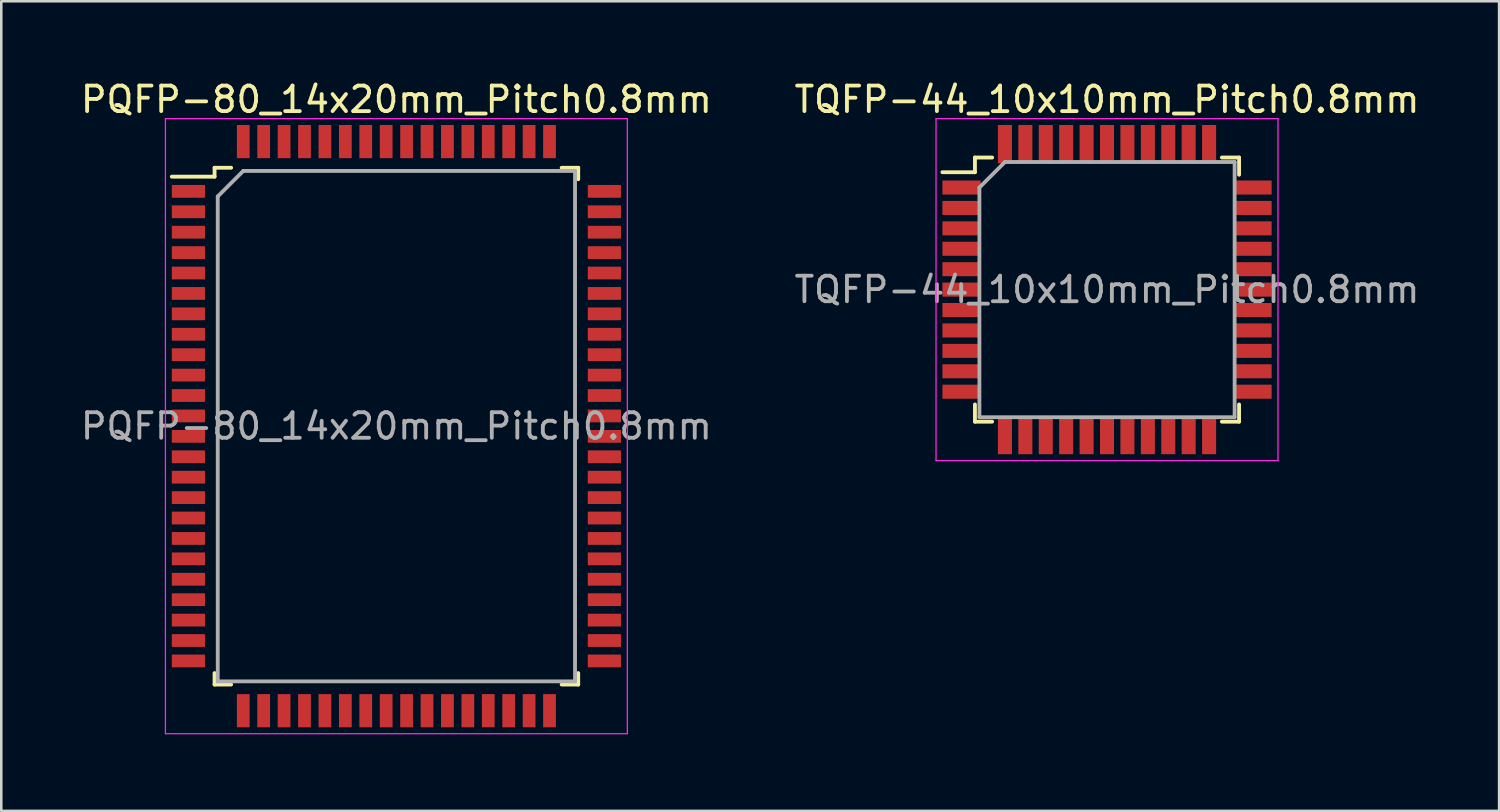
<source format=kicad_pcb>
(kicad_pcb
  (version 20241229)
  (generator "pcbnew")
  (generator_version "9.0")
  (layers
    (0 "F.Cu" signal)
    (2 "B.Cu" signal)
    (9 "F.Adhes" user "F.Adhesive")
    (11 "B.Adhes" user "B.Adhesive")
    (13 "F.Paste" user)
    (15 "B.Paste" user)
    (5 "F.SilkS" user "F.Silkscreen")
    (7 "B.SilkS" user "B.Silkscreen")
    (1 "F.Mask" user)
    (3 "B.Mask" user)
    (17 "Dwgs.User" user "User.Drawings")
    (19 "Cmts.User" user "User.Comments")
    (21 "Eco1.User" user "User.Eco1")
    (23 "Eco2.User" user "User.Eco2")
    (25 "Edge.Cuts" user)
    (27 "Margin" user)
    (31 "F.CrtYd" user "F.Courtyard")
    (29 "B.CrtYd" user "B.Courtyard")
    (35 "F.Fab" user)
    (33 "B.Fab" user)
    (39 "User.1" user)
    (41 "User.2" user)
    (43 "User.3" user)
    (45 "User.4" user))
  (footprint "TQFP-44_10x10mm_Pitch0.8mm"
    (layer "F.Cu")
    (at 40.327 8.298)
    (property "Reference" "TQFP-44_10x10mm_Pitch0.8mm" (at 0 -7.45 0) (layer "F.SilkS") (effects (font (size 1 1) (thickness 0.15))))
    (attr smd)
    (fp_line (start -5.175 -5.175) (end -5.175 -4.6) (stroke (width 0.15) (type solid)) (layer "F.SilkS"))
    (fp_line (start -5.175 -5.175) (end -4.5 -5.175) (stroke (width 0.15) (type solid)) (layer "F.SilkS"))
    (fp_line (start -5.175 -4.6) (end -6.45 -4.6) (stroke (width 0.15) (type solid)) (layer "F.SilkS"))
    (fp_line (start -5.175 5.175) (end -5.175 4.5) (stroke (width 0.15) (type solid)) (layer "F.SilkS"))
    (fp_line (start -5.175 5.175) (end -4.5 5.175) (stroke (width 0.15) (type solid)) (layer "F.SilkS"))
    (fp_line (start 5.175 -5.175) (end 4.5 -5.175) (stroke (width 0.15) (type solid)) (layer "F.SilkS"))
    (fp_line (start 5.175 -5.175) (end 5.175 -4.5) (stroke (width 0.15) (type solid)) (layer "F.SilkS"))
    (fp_line (start 5.175 5.175) (end 4.5 5.175) (stroke (width 0.15) (type solid)) (layer "F.SilkS"))
    (fp_line (start 5.175 5.175) (end 5.175 4.5) (stroke (width 0.15) (type solid)) (layer "F.SilkS"))
    (fp_line (start -6.7 -6.7) (end -6.7 6.7) (stroke (width 0.05) (type solid)) (layer "F.CrtYd"))
    (fp_line (start -6.7 -6.7) (end 6.7 -6.7) (stroke (width 0.05) (type solid)) (layer "F.CrtYd"))
    (fp_line (start -6.7 6.7) (end 6.7 6.7) (stroke (width 0.05) (type solid)) (layer "F.CrtYd"))
    (fp_line (start 6.7 -6.7) (end 6.7 6.7) (stroke (width 0.05) (type solid)) (layer "F.CrtYd"))
    (fp_line (start -5 -4) (end -4 -5) (stroke (width 0.15) (type solid)) (layer "F.Fab"))
    (fp_line (start -5 5) (end -5 -4) (stroke (width 0.15) (type solid)) (layer "F.Fab"))
    (fp_line (start -4 -5) (end 5 -5) (stroke (width 0.15) (type solid)) (layer "F.Fab"))
    (fp_line (start 5 -5) (end 5 5) (stroke (width 0.15) (type solid)) (layer "F.Fab"))
    (fp_line (start 5 5) (end -5 5) (stroke (width 0.15) (type solid)) (layer "F.Fab"))
    (fp_text user "${REFERENCE}" (at 0 0 0) (layer "F.Fab") (effects (font (size 1 1) (thickness 0.15))))
    (pad "1" smd rect (at -5.7 -4) (size 1.5 0.55) (layers "F.Cu" "F.Mask" "F.Paste"))
    (pad "2" smd rect (at -5.7 -3.2) (size 1.5 0.55) (layers "F.Cu" "F.Mask" "F.Paste"))
    (pad "3" smd rect (at -5.7 -2.4) (size 1.5 0.55) (layers "F.Cu" "F.Mask" "F.Paste"))
    (pad "4" smd rect (at -5.7 -1.6) (size 1.5 0.55) (layers "F.Cu" "F.Mask" "F.Paste"))
    (pad "5" smd rect (at -5.7 -0.8) (size 1.5 0.55) (layers "F.Cu" "F.Mask" "F.Paste"))
    (pad "6" smd rect (at -5.7 0) (size 1.5 0.55) (layers "F.Cu" "F.Mask" "F.Paste"))
    (pad "7" smd rect (at -5.7 0.8) (size 1.5 0.55) (layers "F.Cu" "F.Mask" "F.Paste"))
    (pad "8" smd rect (at -5.7 1.6) (size 1.5 0.55) (layers "F.Cu" "F.Mask" "F.Paste"))
    (pad "9" smd rect (at -5.7 2.4) (size 1.5 0.55) (layers "F.Cu" "F.Mask" "F.Paste"))
    (pad "10" smd rect (at -5.7 3.2) (size 1.5 0.55) (layers "F.Cu" "F.Mask" "F.Paste"))
    (pad "11" smd rect (at -5.7 4) (size 1.5 0.55) (layers "F.Cu" "F.Mask" "F.Paste"))
    (pad "12" smd rect (at -4 5.7 90) (size 1.5 0.55) (layers "F.Cu" "F.Mask" "F.Paste"))
    (pad "13" smd rect (at -3.2 5.7 90) (size 1.5 0.55) (layers "F.Cu" "F.Mask" "F.Paste"))
    (pad "14" smd rect (at -2.4 5.7 90) (size 1.5 0.55) (layers "F.Cu" "F.Mask" "F.Paste"))
    (pad "15" smd rect (at -1.6 5.7 90) (size 1.5 0.55) (layers "F.Cu" "F.Mask" "F.Paste"))
    (pad "16" smd rect (at -0.8 5.7 90) (size 1.5 0.55) (layers "F.Cu" "F.Mask" "F.Paste"))
    (pad "17" smd rect (at 0 5.7 90) (size 1.5 0.55) (layers "F.Cu" "F.Mask" "F.Paste"))
    (pad "18" smd rect (at 0.8 5.7 90) (size 1.5 0.55) (layers "F.Cu" "F.Mask" "F.Paste"))
    (pad "19" smd rect (at 1.6 5.7 90) (size 1.5 0.55) (layers "F.Cu" "F.Mask" "F.Paste"))
    (pad "20" smd rect (at 2.4 5.7 90) (size 1.5 0.55) (layers "F.Cu" "F.Mask" "F.Paste"))
    (pad "21" smd rect (at 3.2 5.7 90) (size 1.5 0.55) (layers "F.Cu" "F.Mask" "F.Paste"))
    (pad "22" smd rect (at 4 5.7 90) (size 1.5 0.55) (layers "F.Cu" "F.Mask" "F.Paste"))
    (pad "23" smd rect (at 5.7 4) (size 1.5 0.55) (layers "F.Cu" "F.Mask" "F.Paste"))
    (pad "24" smd rect (at 5.7 3.2) (size 1.5 0.55) (layers "F.Cu" "F.Mask" "F.Paste"))
    (pad "25" smd rect (at 5.7 2.4) (size 1.5 0.55) (layers "F.Cu" "F.Mask" "F.Paste"))
    (pad "26" smd rect (at 5.7 1.6) (size 1.5 0.55) (layers "F.Cu" "F.Mask" "F.Paste"))
    (pad "27" smd rect (at 5.7 0.8) (size 1.5 0.55) (layers "F.Cu" "F.Mask" "F.Paste"))
    (pad "28" smd rect (at 5.7 0) (size 1.5 0.55) (layers "F.Cu" "F.Mask" "F.Paste"))
    (pad "29" smd rect (at 5.7 -0.8) (size 1.5 0.55) (layers "F.Cu" "F.Mask" "F.Paste"))
    (pad "30" smd rect (at 5.7 -1.6) (size 1.5 0.55) (layers "F.Cu" "F.Mask" "F.Paste"))
    (pad "31" smd rect (at 5.7 -2.4) (size 1.5 0.55) (layers "F.Cu" "F.Mask" "F.Paste"))
    (pad "32" smd rect (at 5.7 -3.2) (size 1.5 0.55) (layers "F.Cu" "F.Mask" "F.Paste"))
    (pad "33" smd rect (at 5.7 -4) (size 1.5 0.55) (layers "F.Cu" "F.Mask" "F.Paste"))
    (pad "34" smd rect (at 4 -5.7 90) (size 1.5 0.55) (layers "F.Cu" "F.Mask" "F.Paste"))
    (pad "35" smd rect (at 3.2 -5.7 90) (size 1.5 0.55) (layers "F.Cu" "F.Mask" "F.Paste"))
    (pad "36" smd rect (at 2.4 -5.7 90) (size 1.5 0.55) (layers "F.Cu" "F.Mask" "F.Paste"))
    (pad "37" smd rect (at 1.6 -5.7 90) (size 1.5 0.55) (layers "F.Cu" "F.Mask" "F.Paste"))
    (pad "38" smd rect (at 0.8 -5.7 90) (size 1.5 0.55) (layers "F.Cu" "F.Mask" "F.Paste"))
    (pad "39" smd rect (at 0 -5.7 90) (size 1.5 0.55) (layers "F.Cu" "F.Mask" "F.Paste"))
    (pad "40" smd rect (at -0.8 -5.7 90) (size 1.5 0.55) (layers "F.Cu" "F.Mask" "F.Paste"))
    (pad "41" smd rect (at -1.6 -5.7 90) (size 1.5 0.55) (layers "F.Cu" "F.Mask" "F.Paste"))
    (pad "42" smd rect (at -2.4 -5.7 90) (size 1.5 0.55) (layers "F.Cu" "F.Mask" "F.Paste"))
    (pad "43" smd rect (at -3.2 -5.7 90) (size 1.5 0.55) (layers "F.Cu" "F.Mask" "F.Paste"))
    (pad "44" smd rect (at -4 -5.7 90) (size 1.5 0.55) (layers "F.Cu" "F.Mask" "F.Paste")))
  (footprint "PQFP-80_14x20mm_Pitch0.8mm"
    (layer "F.Cu")
    (at 12.482 13.648)
    (property "Reference" "PQFP-80_14x20mm_Pitch0.8mm" (at 0 -12.8 0) (layer "F.SilkS") (effects (font (size 1 1) (thickness 0.15))))
    (attr smd)
    (fp_line (start -7.125 -10.125) (end -7.125 -9.775) (stroke (width 0.15) (type solid)) (layer "F.SilkS"))
    (fp_line (start -7.125 -10.125) (end -6.475 -10.125) (stroke (width 0.15) (type solid)) (layer "F.SilkS"))
    (fp_line (start -7.125 -9.775) (end -8.8 -9.775) (stroke (width 0.15) (type solid)) (layer "F.SilkS"))
    (fp_line (start -7.125 10.125) (end -7.125 9.675) (stroke (width 0.15) (type solid)) (layer "F.SilkS"))
    (fp_line (start -7.125 10.125) (end -6.475 10.125) (stroke (width 0.15) (type solid)) (layer "F.SilkS"))
    (fp_line (start 7.125 -10.125) (end 6.475 -10.125) (stroke (width 0.15) (type solid)) (layer "F.SilkS"))
    (fp_line (start 7.125 -10.125) (end 7.125 -9.675) (stroke (width 0.15) (type solid)) (layer "F.SilkS"))
    (fp_line (start 7.125 10.125) (end 6.475 10.125) (stroke (width 0.15) (type solid)) (layer "F.SilkS"))
    (fp_line (start 7.125 10.125) (end 7.125 9.675) (stroke (width 0.15) (type solid)) (layer "F.SilkS"))
    (fp_line (start -9.05 -12.05) (end -9.05 12.05) (stroke (width 0.05) (type solid)) (layer "F.CrtYd"))
    (fp_line (start -9.05 -12.05) (end 9.05 -12.05) (stroke (width 0.05) (type solid)) (layer "F.CrtYd"))
    (fp_line (start -9.05 12.05) (end 9.05 12.05) (stroke (width 0.05) (type solid)) (layer "F.CrtYd"))
    (fp_line (start 9.05 -12.05) (end 9.05 12.05) (stroke (width 0.05) (type solid)) (layer "F.CrtYd"))
    (fp_line (start -7 -9) (end -6 -10) (stroke (width 0.15) (type solid)) (layer "F.Fab"))
    (fp_line (start -7 10) (end -7 -9) (stroke (width 0.15) (type solid)) (layer "F.Fab"))
    (fp_line (start -6 -10) (end 7 -10) (stroke (width 0.15) (type solid)) (layer "F.Fab"))
    (fp_line (start 7 -10) (end 7 10) (stroke (width 0.15) (type solid)) (layer "F.Fab"))
    (fp_line (start 7 10) (end -7 10) (stroke (width 0.15) (type solid)) (layer "F.Fab"))
    (fp_text user "${REFERENCE}" (at 0 0 0) (layer "F.Fab") (effects (font (size 1 1) (thickness 0.15))))
    (pad "1" smd rect (at -8.15 -9.2) (size 1.3 0.5) (layers "F.Cu" "F.Mask" "F.Paste"))
    (pad "2" smd rect (at -8.15 -8.4) (size 1.3 0.5) (layers "F.Cu" "F.Mask" "F.Paste"))
    (pad "3" smd rect (at -8.15 -7.6) (size 1.3 0.5) (layers "F.Cu" "F.Mask" "F.Paste"))
    (pad "4" smd rect (at -8.15 -6.8) (size 1.3 0.5) (layers "F.Cu" "F.Mask" "F.Paste"))
    (pad "5" smd rect (at -8.15 -6) (size 1.3 0.5) (layers "F.Cu" "F.Mask" "F.Paste"))
    (pad "6" smd rect (at -8.15 -5.2) (size 1.3 0.5) (layers "F.Cu" "F.Mask" "F.Paste"))
    (pad "7" smd rect (at -8.15 -4.4) (size 1.3 0.5) (layers "F.Cu" "F.Mask" "F.Paste"))
    (pad "8" smd rect (at -8.15 -3.6) (size 1.3 0.5) (layers "F.Cu" "F.Mask" "F.Paste"))
    (pad "9" smd rect (at -8.15 -2.8) (size 1.3 0.5) (layers "F.Cu" "F.Mask" "F.Paste"))
    (pad "10" smd rect (at -8.15 -2) (size 1.3 0.5) (layers "F.Cu" "F.Mask" "F.Paste"))
    (pad "11" smd rect (at -8.15 -1.2) (size 1.3 0.5) (layers "F.Cu" "F.Mask" "F.Paste"))
    (pad "12" smd rect (at -8.15 -0.4) (size 1.3 0.5) (layers "F.Cu" "F.Mask" "F.Paste"))
    (pad "13" smd rect (at -8.15 0.4) (size 1.3 0.5) (layers "F.Cu" "F.Mask" "F.Paste"))
    (pad "14" smd rect (at -8.15 1.2) (size 1.3 0.5) (layers "F.Cu" "F.Mask" "F.Paste"))
    (pad "15" smd rect (at -8.15 2) (size 1.3 0.5) (layers "F.Cu" "F.Mask" "F.Paste"))
    (pad "16" smd rect (at -8.15 2.8) (size 1.3 0.5) (layers "F.Cu" "F.Mask" "F.Paste"))
    (pad "17" smd rect (at -8.15 3.6) (size 1.3 0.5) (layers "F.Cu" "F.Mask" "F.Paste"))
    (pad "18" smd rect (at -8.15 4.4) (size 1.3 0.5) (layers "F.Cu" "F.Mask" "F.Paste"))
    (pad "19" smd rect (at -8.15 5.2) (size 1.3 0.5) (layers "F.Cu" "F.Mask" "F.Paste"))
    (pad "20" smd rect (at -8.15 6) (size 1.3 0.5) (layers "F.Cu" "F.Mask" "F.Paste"))
    (pad "21" smd rect (at -8.15 6.8) (size 1.3 0.5) (layers "F.Cu" "F.Mask" "F.Paste"))
    (pad "22" smd rect (at -8.15 7.6) (size 1.3 0.5) (layers "F.Cu" "F.Mask" "F.Paste"))
    (pad "23" smd rect (at -8.15 8.4) (size 1.3 0.5) (layers "F.Cu" "F.Mask" "F.Paste"))
    (pad "24" smd rect (at -8.15 9.2) (size 1.3 0.5) (layers "F.Cu" "F.Mask" "F.Paste"))
    (pad "25" smd rect (at -6 11.15 90) (size 1.3 0.5) (layers "F.Cu" "F.Mask" "F.Paste"))
    (pad "26" smd rect (at -5.2 11.15 90) (size 1.3 0.5) (layers "F.Cu" "F.Mask" "F.Paste"))
    (pad "27" smd rect (at -4.4 11.15 90) (size 1.3 0.5) (layers "F.Cu" "F.Mask" "F.Paste"))
    (pad "28" smd rect (at -3.6 11.15 90) (size 1.3 0.5) (layers "F.Cu" "F.Mask" "F.Paste"))
    (pad "29" smd rect (at -2.8 11.15 90) (size 1.3 0.5) (layers "F.Cu" "F.Mask" "F.Paste"))
    (pad "30" smd rect (at -2 11.15 90) (size 1.3 0.5) (layers "F.Cu" "F.Mask" "F.Paste"))
    (pad "31" smd rect (at -1.2 11.15 90) (size 1.3 0.5) (layers "F.Cu" "F.Mask" "F.Paste"))
    (pad "32" smd rect (at -0.4 11.15 90) (size 1.3 0.5) (layers "F.Cu" "F.Mask" "F.Paste"))
    (pad "33" smd rect (at 0.4 11.15 90) (size 1.3 0.5) (layers "F.Cu" "F.Mask" "F.Paste"))
    (pad "34" smd rect (at 1.2 11.15 90) (size 1.3 0.5) (layers "F.Cu" "F.Mask" "F.Paste"))
    (pad "35" smd rect (at 2 11.15 90) (size 1.3 0.5) (layers "F.Cu" "F.Mask" "F.Paste"))
    (pad "36" smd rect (at 2.8 11.15 90) (size 1.3 0.5) (layers "F.Cu" "F.Mask" "F.Paste"))
    (pad "37" smd rect (at 3.6 11.15 90) (size 1.3 0.5) (layers "F.Cu" "F.Mask" "F.Paste"))
    (pad "38" smd rect (at 4.4 11.15 90) (size 1.3 0.5) (layers "F.Cu" "F.Mask" "F.Paste"))
    (pad "39" smd rect (at 5.2 11.15 90) (size 1.3 0.5) (layers "F.Cu" "F.Mask" "F.Paste"))
    (pad "40" smd rect (at 6 11.15 90) (size 1.3 0.5) (layers "F.Cu" "F.Mask" "F.Paste"))
    (pad "41" smd rect (at 8.15 9.2) (size 1.3 0.5) (layers "F.Cu" "F.Mask" "F.Paste"))
    (pad "42" smd rect (at 8.15 8.4) (size 1.3 0.5) (layers "F.Cu" "F.Mask" "F.Paste"))
    (pad "43" smd rect (at 8.15 7.6) (size 1.3 0.5) (layers "F.Cu" "F.Mask" "F.Paste"))
    (pad "44" smd rect (at 8.15 6.8) (size 1.3 0.5) (layers "F.Cu" "F.Mask" "F.Paste"))
    (pad "45" smd rect (at 8.15 6) (size 1.3 0.5) (layers "F.Cu" "F.Mask" "F.Paste"))
    (pad "46" smd rect (at 8.15 5.2) (size 1.3 0.5) (layers "F.Cu" "F.Mask" "F.Paste"))
    (pad "47" smd rect (at 8.15 4.4) (size 1.3 0.5) (layers "F.Cu" "F.Mask" "F.Paste"))
    (pad "48" smd rect (at 8.15 3.6) (size 1.3 0.5) (layers "F.Cu" "F.Mask" "F.Paste"))
    (pad "49" smd rect (at 8.15 2.8) (size 1.3 0.5) (layers "F.Cu" "F.Mask" "F.Paste"))
    (pad "50" smd rect (at 8.15 2) (size 1.3 0.5) (layers "F.Cu" "F.Mask" "F.Paste"))
    (pad "51" smd rect (at 8.15 1.2) (size 1.3 0.5) (layers "F.Cu" "F.Mask" "F.Paste"))
    (pad "52" smd rect (at 8.15 0.4) (size 1.3 0.5) (layers "F.Cu" "F.Mask" "F.Paste"))
    (pad "53" smd rect (at 8.15 -0.4) (size 1.3 0.5) (layers "F.Cu" "F.Mask" "F.Paste"))
    (pad "54" smd rect (at 8.15 -1.2) (size 1.3 0.5) (layers "F.Cu" "F.Mask" "F.Paste"))
    (pad "55" smd rect (at 8.15 -2) (size 1.3 0.5) (layers "F.Cu" "F.Mask" "F.Paste"))
    (pad "56" smd rect (at 8.15 -2.8) (size 1.3 0.5) (layers "F.Cu" "F.Mask" "F.Paste"))
    (pad "57" smd rect (at 8.15 -3.6) (size 1.3 0.5) (layers "F.Cu" "F.Mask" "F.Paste"))
    (pad "58" smd rect (at 8.15 -4.4) (size 1.3 0.5) (layers "F.Cu" "F.Mask" "F.Paste"))
    (pad "59" smd rect (at 8.15 -5.2) (size 1.3 0.5) (layers "F.Cu" "F.Mask" "F.Paste"))
    (pad "60" smd rect (at 8.15 -6) (size 1.3 0.5) (layers "F.Cu" "F.Mask" "F.Paste"))
    (pad "61" smd rect (at 8.15 -6.8) (size 1.3 0.5) (layers "F.Cu" "F.Mask" "F.Paste"))
    (pad "62" smd rect (at 8.15 -7.6) (size 1.3 0.5) (layers "F.Cu" "F.Mask" "F.Paste"))
    (pad "63" smd rect (at 8.15 -8.4) (size 1.3 0.5) (layers "F.Cu" "F.Mask" "F.Paste"))
    (pad "64" smd rect (at 8.15 -9.2) (size 1.3 0.5) (layers "F.Cu" "F.Mask" "F.Paste"))
    (pad "65" smd rect (at 6 -11.15 90) (size 1.3 0.5) (layers "F.Cu" "F.Mask" "F.Paste"))
    (pad "66" smd rect (at 5.2 -11.15 90) (size 1.3 0.5) (layers "F.Cu" "F.Mask" "F.Paste"))
    (pad "67" smd rect (at 4.4 -11.15 90) (size 1.3 0.5) (layers "F.Cu" "F.Mask" "F.Paste"))
    (pad "68" smd rect (at 3.6 -11.15 90) (size 1.3 0.5) (layers "F.Cu" "F.Mask" "F.Paste"))
    (pad "69" smd rect (at 2.8 -11.15 90) (size 1.3 0.5) (layers "F.Cu" "F.Mask" "F.Paste"))
    (pad "70" smd rect (at 2 -11.15 90) (size 1.3 0.5) (layers "F.Cu" "F.Mask" "F.Paste"))
    (pad "71" smd rect (at 1.2 -11.15 90) (size 1.3 0.5) (layers "F.Cu" "F.Mask" "F.Paste"))
    (pad "72" smd rect (at 0.4 -11.15 90) (size 1.3 0.5) (layers "F.Cu" "F.Mask" "F.Paste"))
    (pad "73" smd rect (at -0.4 -11.15 90) (size 1.3 0.5) (layers "F.Cu" "F.Mask" "F.Paste"))
    (pad "74" smd rect (at -1.2 -11.15 90) (size 1.3 0.5) (layers "F.Cu" "F.Mask" "F.Paste"))
    (pad "75" smd rect (at -2 -11.15 90) (size 1.3 0.5) (layers "F.Cu" "F.Mask" "F.Paste"))
    (pad "76" smd rect (at -2.8 -11.15 90) (size 1.3 0.5) (layers "F.Cu" "F.Mask" "F.Paste"))
    (pad "77" smd rect (at -3.6 -11.15 90) (size 1.3 0.5) (layers "F.Cu" "F.Mask" "F.Paste"))
    (pad "78" smd rect (at -4.4 -11.15 90) (size 1.3 0.5) (layers "F.Cu" "F.Mask" "F.Paste"))
    (pad "79" smd rect (at -5.2 -11.15 90) (size 1.3 0.5) (layers "F.Cu" "F.Mask" "F.Paste"))
    (pad "80" smd rect (at -6 -11.15 90) (size 1.3 0.5) (layers "F.Cu" "F.Mask" "F.Paste")))
  (gr_rect
    (start -3 -3)
    (end 55.69 28.723)
    (stroke (width 0.1) (type default))
    (fill no)
    (layer "Edge.Cuts")))
</source>
